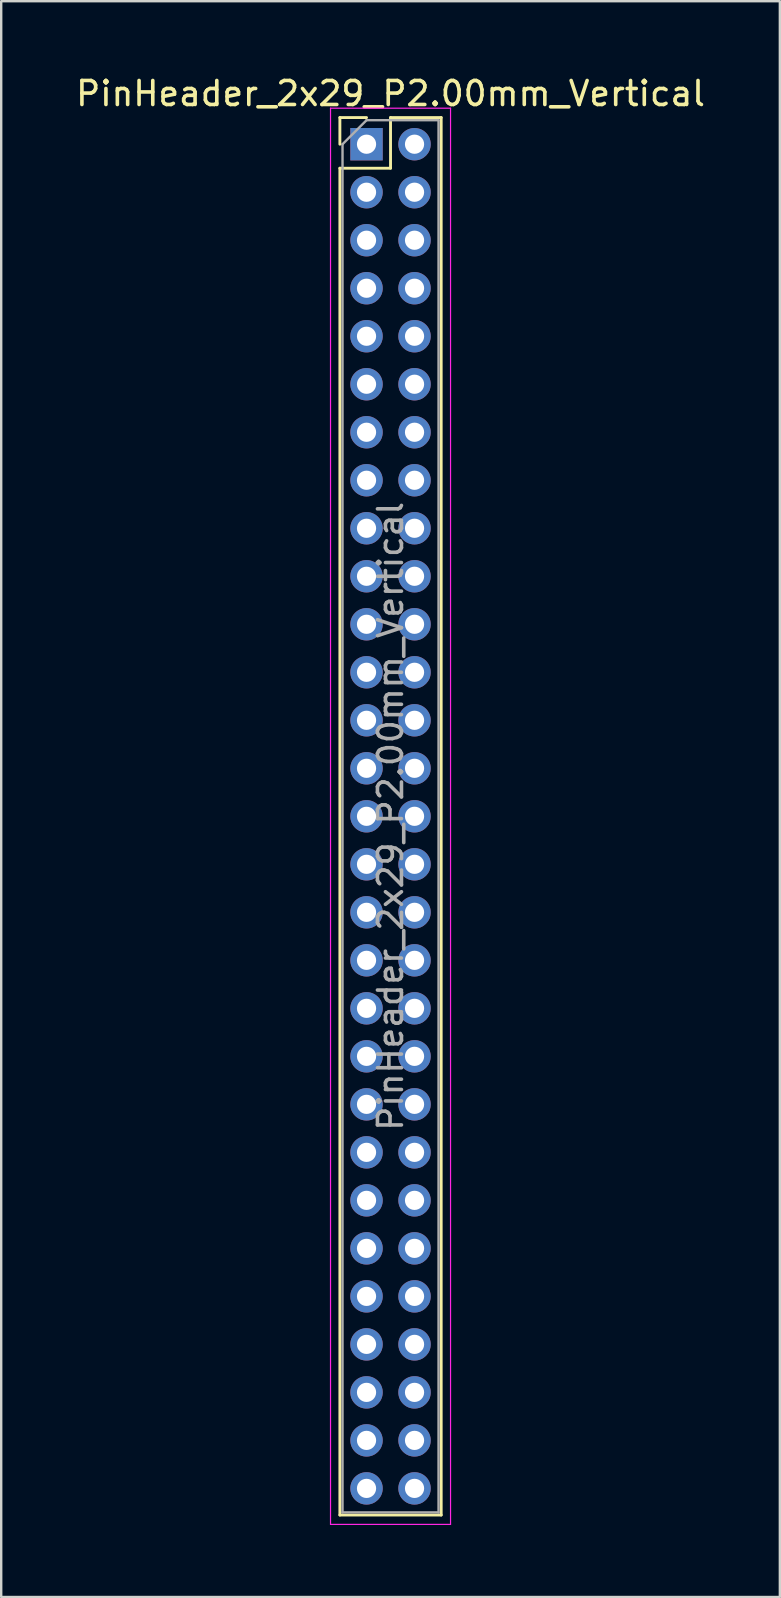
<source format=kicad_pcb>
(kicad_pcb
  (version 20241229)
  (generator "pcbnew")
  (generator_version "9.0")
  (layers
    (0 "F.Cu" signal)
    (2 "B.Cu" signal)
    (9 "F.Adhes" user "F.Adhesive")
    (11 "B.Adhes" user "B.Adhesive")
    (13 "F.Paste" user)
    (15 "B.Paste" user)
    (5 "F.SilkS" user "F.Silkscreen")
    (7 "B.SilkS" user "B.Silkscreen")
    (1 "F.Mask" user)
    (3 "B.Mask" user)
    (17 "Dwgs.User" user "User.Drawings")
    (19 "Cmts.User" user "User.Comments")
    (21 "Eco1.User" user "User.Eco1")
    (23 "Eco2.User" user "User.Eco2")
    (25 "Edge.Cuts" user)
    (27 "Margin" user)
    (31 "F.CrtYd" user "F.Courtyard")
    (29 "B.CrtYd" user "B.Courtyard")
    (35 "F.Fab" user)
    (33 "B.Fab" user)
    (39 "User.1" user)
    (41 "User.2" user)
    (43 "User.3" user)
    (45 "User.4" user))
  (footprint "PinHeader_2x29_P2.00mm_Vertical"
    (layer "F.Cu")
    (at 12.22 2.958)
    (property "Reference" "PinHeader_2x29_P2.00mm_Vertical" (at 1 -2.11 0) (layer "F.SilkS") (effects (font (size 1 1) (thickness 0.15))))
    (attr through_hole)
    (fp_line (start -1.11 -1.11) (end 0 -1.11) (stroke (width 0.12) (type solid)) (layer "F.SilkS"))
    (fp_line (start -1.11 0) (end -1.11 -1.11) (stroke (width 0.12) (type solid)) (layer "F.SilkS"))
    (fp_line (start -1.11 1) (end -1.11 57.11) (stroke (width 0.12) (type solid)) (layer "F.SilkS"))
    (fp_line (start -1.11 1) (end 1 1) (stroke (width 0.12) (type solid)) (layer "F.SilkS"))
    (fp_line (start -1.11 57.11) (end 3.11 57.11) (stroke (width 0.12) (type solid)) (layer "F.SilkS"))
    (fp_line (start 1 -1.11) (end 3.11 -1.11) (stroke (width 0.12) (type solid)) (layer "F.SilkS"))
    (fp_line (start 1 1) (end 1 -1.11) (stroke (width 0.12) (type solid)) (layer "F.SilkS"))
    (fp_line (start 3.11 -1.11) (end 3.11 57.11) (stroke (width 0.12) (type solid)) (layer "F.SilkS"))
    (fp_line (start -1.5 -1.5) (end -1.5 57.5) (stroke (width 0.05) (type solid)) (layer "F.CrtYd"))
    (fp_line (start -1.5 57.5) (end 3.5 57.5) (stroke (width 0.05) (type solid)) (layer "F.CrtYd"))
    (fp_line (start 3.5 -1.5) (end -1.5 -1.5) (stroke (width 0.05) (type solid)) (layer "F.CrtYd"))
    (fp_line (start 3.5 57.5) (end 3.5 -1.5) (stroke (width 0.05) (type solid)) (layer "F.CrtYd"))
    (fp_line (start -1 0) (end 0 -1) (stroke (width 0.1) (type solid)) (layer "F.Fab"))
    (fp_line (start -1 57) (end -1 0) (stroke (width 0.1) (type solid)) (layer "F.Fab"))
    (fp_line (start 0 -1) (end 3 -1) (stroke (width 0.1) (type solid)) (layer "F.Fab"))
    (fp_line (start 3 -1) (end 3 57) (stroke (width 0.1) (type solid)) (layer "F.Fab"))
    (fp_line (start 3 57) (end -1 57) (stroke (width 0.1) (type solid)) (layer "F.Fab"))
    (fp_text user "${REFERENCE}" (at 1 28 90) (layer "F.Fab") (effects (font (size 1 1) (thickness 0.15))))
    (pad "1" thru_hole rect (at 0 0) (size 1.35 1.35) (drill 0.8) (layers "*.Cu" "*.Mask"))
    (pad "2" thru_hole circle (at 2 0) (size 1.35 1.35) (drill 0.8) (layers "*.Cu" "*.Mask"))
    (pad "3" thru_hole circle (at 0 2) (size 1.35 1.35) (drill 0.8) (layers "*.Cu" "*.Mask"))
    (pad "4" thru_hole circle (at 2 2) (size 1.35 1.35) (drill 0.8) (layers "*.Cu" "*.Mask"))
    (pad "5" thru_hole circle (at 0 4) (size 1.35 1.35) (drill 0.8) (layers "*.Cu" "*.Mask"))
    (pad "6" thru_hole circle (at 2 4) (size 1.35 1.35) (drill 0.8) (layers "*.Cu" "*.Mask"))
    (pad "7" thru_hole circle (at 0 6) (size 1.35 1.35) (drill 0.8) (layers "*.Cu" "*.Mask"))
    (pad "8" thru_hole circle (at 2 6) (size 1.35 1.35) (drill 0.8) (layers "*.Cu" "*.Mask"))
    (pad "9" thru_hole circle (at 0 8) (size 1.35 1.35) (drill 0.8) (layers "*.Cu" "*.Mask"))
    (pad "10" thru_hole circle (at 2 8) (size 1.35 1.35) (drill 0.8) (layers "*.Cu" "*.Mask"))
    (pad "11" thru_hole circle (at 0 10) (size 1.35 1.35) (drill 0.8) (layers "*.Cu" "*.Mask"))
    (pad "12" thru_hole circle (at 2 10) (size 1.35 1.35) (drill 0.8) (layers "*.Cu" "*.Mask"))
    (pad "13" thru_hole circle (at 0 12) (size 1.35 1.35) (drill 0.8) (layers "*.Cu" "*.Mask"))
    (pad "14" thru_hole circle (at 2 12) (size 1.35 1.35) (drill 0.8) (layers "*.Cu" "*.Mask"))
    (pad "15" thru_hole circle (at 0 14) (size 1.35 1.35) (drill 0.8) (layers "*.Cu" "*.Mask"))
    (pad "16" thru_hole circle (at 2 14) (size 1.35 1.35) (drill 0.8) (layers "*.Cu" "*.Mask"))
    (pad "17" thru_hole circle (at 0 16) (size 1.35 1.35) (drill 0.8) (layers "*.Cu" "*.Mask"))
    (pad "18" thru_hole circle (at 2 16) (size 1.35 1.35) (drill 0.8) (layers "*.Cu" "*.Mask"))
    (pad "19" thru_hole circle (at 0 18) (size 1.35 1.35) (drill 0.8) (layers "*.Cu" "*.Mask"))
    (pad "20" thru_hole circle (at 2 18) (size 1.35 1.35) (drill 0.8) (layers "*.Cu" "*.Mask"))
    (pad "21" thru_hole circle (at 0 20) (size 1.35 1.35) (drill 0.8) (layers "*.Cu" "*.Mask"))
    (pad "22" thru_hole circle (at 2 20) (size 1.35 1.35) (drill 0.8) (layers "*.Cu" "*.Mask"))
    (pad "23" thru_hole circle (at 0 22) (size 1.35 1.35) (drill 0.8) (layers "*.Cu" "*.Mask"))
    (pad "24" thru_hole circle (at 2 22) (size 1.35 1.35) (drill 0.8) (layers "*.Cu" "*.Mask"))
    (pad "25" thru_hole circle (at 0 24) (size 1.35 1.35) (drill 0.8) (layers "*.Cu" "*.Mask"))
    (pad "26" thru_hole circle (at 2 24) (size 1.35 1.35) (drill 0.8) (layers "*.Cu" "*.Mask"))
    (pad "27" thru_hole circle (at 0 26) (size 1.35 1.35) (drill 0.8) (layers "*.Cu" "*.Mask"))
    (pad "28" thru_hole circle (at 2 26) (size 1.35 1.35) (drill 0.8) (layers "*.Cu" "*.Mask"))
    (pad "29" thru_hole circle (at 0 28) (size 1.35 1.35) (drill 0.8) (layers "*.Cu" "*.Mask"))
    (pad "30" thru_hole circle (at 2 28) (size 1.35 1.35) (drill 0.8) (layers "*.Cu" "*.Mask"))
    (pad "31" thru_hole circle (at 0 30) (size 1.35 1.35) (drill 0.8) (layers "*.Cu" "*.Mask"))
    (pad "32" thru_hole circle (at 2 30) (size 1.35 1.35) (drill 0.8) (layers "*.Cu" "*.Mask"))
    (pad "33" thru_hole circle (at 0 32) (size 1.35 1.35) (drill 0.8) (layers "*.Cu" "*.Mask"))
    (pad "34" thru_hole circle (at 2 32) (size 1.35 1.35) (drill 0.8) (layers "*.Cu" "*.Mask"))
    (pad "35" thru_hole circle (at 0 34) (size 1.35 1.35) (drill 0.8) (layers "*.Cu" "*.Mask"))
    (pad "36" thru_hole circle (at 2 34) (size 1.35 1.35) (drill 0.8) (layers "*.Cu" "*.Mask"))
    (pad "37" thru_hole circle (at 0 36) (size 1.35 1.35) (drill 0.8) (layers "*.Cu" "*.Mask"))
    (pad "38" thru_hole circle (at 2 36) (size 1.35 1.35) (drill 0.8) (layers "*.Cu" "*.Mask"))
    (pad "39" thru_hole circle (at 0 38) (size 1.35 1.35) (drill 0.8) (layers "*.Cu" "*.Mask"))
    (pad "40" thru_hole circle (at 2 38) (size 1.35 1.35) (drill 0.8) (layers "*.Cu" "*.Mask"))
    (pad "41" thru_hole circle (at 0 40) (size 1.35 1.35) (drill 0.8) (layers "*.Cu" "*.Mask"))
    (pad "42" thru_hole circle (at 2 40) (size 1.35 1.35) (drill 0.8) (layers "*.Cu" "*.Mask"))
    (pad "43" thru_hole circle (at 0 42) (size 1.35 1.35) (drill 0.8) (layers "*.Cu" "*.Mask"))
    (pad "44" thru_hole circle (at 2 42) (size 1.35 1.35) (drill 0.8) (layers "*.Cu" "*.Mask"))
    (pad "45" thru_hole circle (at 0 44) (size 1.35 1.35) (drill 0.8) (layers "*.Cu" "*.Mask"))
    (pad "46" thru_hole circle (at 2 44) (size 1.35 1.35) (drill 0.8) (layers "*.Cu" "*.Mask"))
    (pad "47" thru_hole circle (at 0 46) (size 1.35 1.35) (drill 0.8) (layers "*.Cu" "*.Mask"))
    (pad "48" thru_hole circle (at 2 46) (size 1.35 1.35) (drill 0.8) (layers "*.Cu" "*.Mask"))
    (pad "49" thru_hole circle (at 0 48) (size 1.35 1.35) (drill 0.8) (layers "*.Cu" "*.Mask"))
    (pad "50" thru_hole circle (at 2 48) (size 1.35 1.35) (drill 0.8) (layers "*.Cu" "*.Mask"))
    (pad "51" thru_hole circle (at 0 50) (size 1.35 1.35) (drill 0.8) (layers "*.Cu" "*.Mask"))
    (pad "52" thru_hole circle (at 2 50) (size 1.35 1.35) (drill 0.8) (layers "*.Cu" "*.Mask"))
    (pad "53" thru_hole circle (at 0 52) (size 1.35 1.35) (drill 0.8) (layers "*.Cu" "*.Mask"))
    (pad "54" thru_hole circle (at 2 52) (size 1.35 1.35) (drill 0.8) (layers "*.Cu" "*.Mask"))
    (pad "55" thru_hole circle (at 0 54) (size 1.35 1.35) (drill 0.8) (layers "*.Cu" "*.Mask"))
    (pad "56" thru_hole circle (at 2 54) (size 1.35 1.35) (drill 0.8) (layers "*.Cu" "*.Mask"))
    (pad "57" thru_hole circle (at 0 56) (size 1.35 1.35) (drill 0.8) (layers "*.Cu" "*.Mask"))
    (pad "58" thru_hole circle (at 2 56) (size 1.35 1.35) (drill 0.8) (layers "*.Cu" "*.Mask")))
  (gr_rect
    (start -3 -3)
    (end 29.44 63.483)
    (stroke (width 0.1) (type default))
    (fill no)
    (layer "Edge.Cuts")))
</source>
